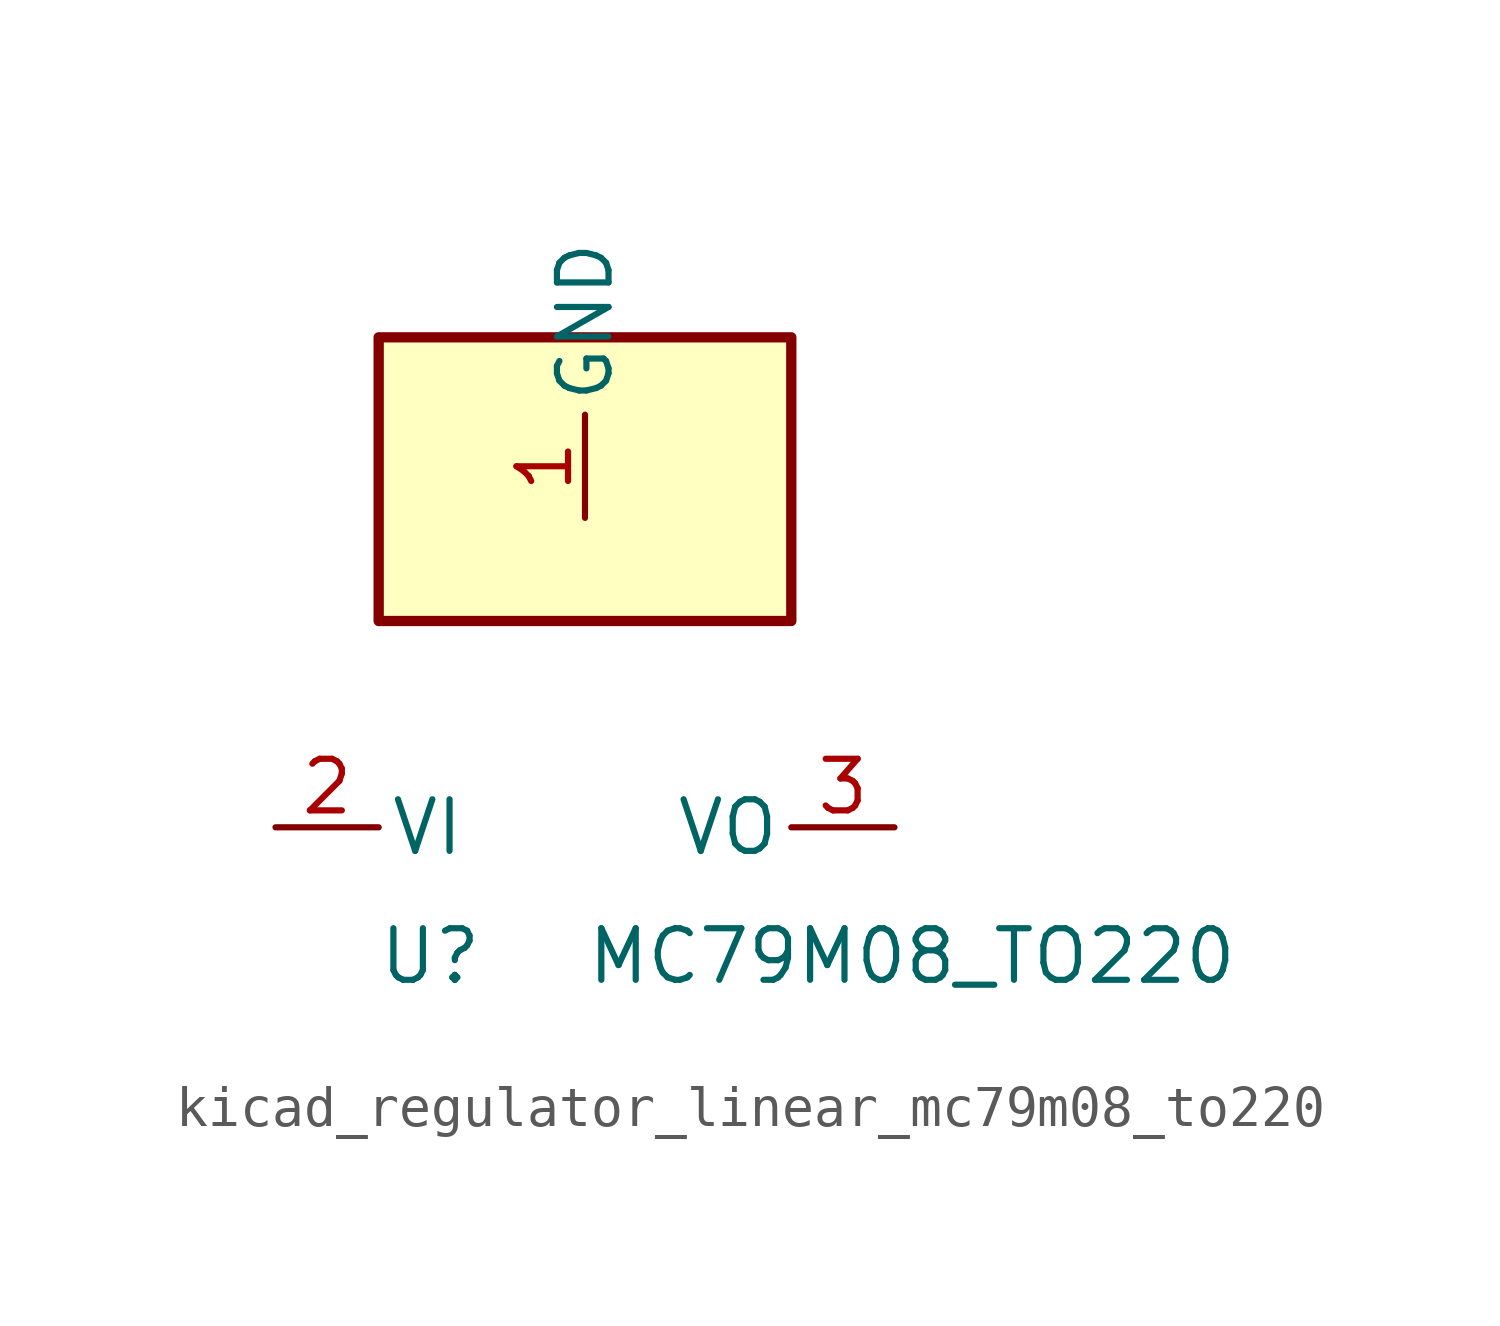
<source format=kicad_sym>
(kicad_symbol_lib
  (version 20220914)
  (generator kicad_symbol_editor)
  (symbol "kicad_regulator_linear_mc79m08_to220"
    (pin_names
      (offset 0.254))
    (property "Reference" "U"
      (at -3.81 -3.175 0)
      (effects (font (size 1.27 1.27))))
    (property "Value" "MC79M08_TO220"
      (at 0 -3.175 0)
      (effects (font (size 1.27 1.27)) (justify left)))
    (symbol "kicad_regulator_linear_mc79m08_to220_0_1"
      (rectangle (start 5.08 12.065) (end -5.08 5.08) (stroke (width 0.254) (type default)) (fill (type background))))
    (symbol "kicad_regulator_linear_mc79m08_to220_1_1"
      (pin power_in line (at 0 7.62 90) (length 2.54) (name "GND" (effects (font (size 1.27 1.27)))) (number "1" (effects (font (size 1.27 1.27)))))
      (pin power_in line (at -7.62 0 0) (length 2.54) (name "VI" (effects (font (size 1.27 1.27)))) (number "2" (effects (font (size 1.27 1.27)))))
      (pin power_out line (at 7.62 0 180) (length 2.54) (name "VO" (effects (font (size 1.27 1.27)))) (number "3" (effects (font (size 1.27 1.27))))))))
</source>
